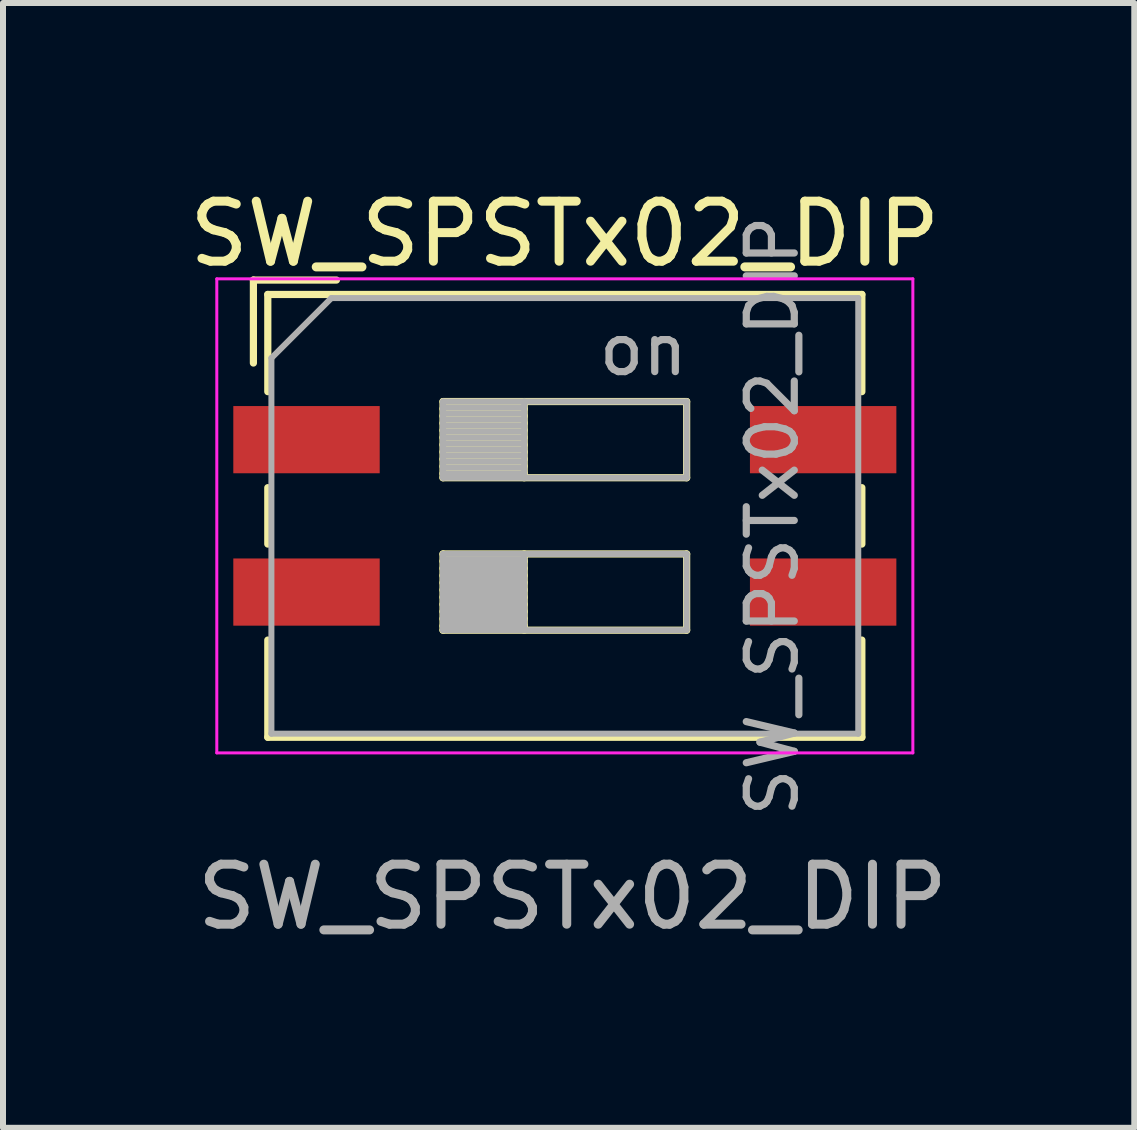
<source format=kicad_pcb>
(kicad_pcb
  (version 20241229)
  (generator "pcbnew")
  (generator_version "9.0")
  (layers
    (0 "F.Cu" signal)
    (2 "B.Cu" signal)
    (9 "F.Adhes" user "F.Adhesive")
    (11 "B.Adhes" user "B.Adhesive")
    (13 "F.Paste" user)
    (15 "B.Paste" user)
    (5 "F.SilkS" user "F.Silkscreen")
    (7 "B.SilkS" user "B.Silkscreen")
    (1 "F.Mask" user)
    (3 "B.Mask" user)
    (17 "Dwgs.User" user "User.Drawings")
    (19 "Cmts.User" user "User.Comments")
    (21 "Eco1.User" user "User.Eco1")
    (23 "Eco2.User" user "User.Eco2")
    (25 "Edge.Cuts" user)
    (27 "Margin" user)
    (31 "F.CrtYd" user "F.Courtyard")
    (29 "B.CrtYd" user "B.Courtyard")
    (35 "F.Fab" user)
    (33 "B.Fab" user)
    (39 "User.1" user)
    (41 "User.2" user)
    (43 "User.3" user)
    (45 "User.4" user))
  (footprint "SW_SPSTx02_DIP"
    (layer "F.Cu")
    (at 6.363 5.547)
    (property "Reference" "SW_SPSTx02_DIP" (at 0 -4.699 0) (unlocked yes) (layer "F.SilkS") (effects (font (size 1 1) (thickness 0.15))))
    (fp_line (start -5.19 -3.93) (end -5.19 -2.547) (stroke (width 0.12) (type solid)) (layer "F.SilkS"))
    (fp_line (start -5.19 -3.93) (end -3.806 -3.93) (stroke (width 0.12) (type solid)) (layer "F.SilkS"))
    (fp_line (start -4.95 -3.69) (end -4.95 -2.07) (stroke (width 0.12) (type solid)) (layer "F.SilkS"))
    (fp_line (start -4.95 -3.69) (end 4.95 -3.69) (stroke (width 0.12) (type solid)) (layer "F.SilkS"))
    (fp_line (start -4.95 -0.47) (end -4.95 0.47) (stroke (width 0.12) (type solid)) (layer "F.SilkS"))
    (fp_line (start -4.95 2.07) (end -4.95 3.69) (stroke (width 0.12) (type solid)) (layer "F.SilkS"))
    (fp_line (start -4.95 3.69) (end 4.95 3.69) (stroke (width 0.12) (type solid)) (layer "F.SilkS"))
    (fp_line (start -2.03 -1.905) (end -2.03 -0.635) (stroke (width 0.12) (type solid)) (layer "F.SilkS"))
    (fp_line (start -2.03 -1.785) (end -0.677 -1.785) (stroke (width 0.12) (type solid)) (layer "F.SilkS"))
    (fp_line (start -2.03 -1.665) (end -0.677 -1.665) (stroke (width 0.12) (type solid)) (layer "F.SilkS"))
    (fp_line (start -2.03 -1.545) (end -0.677 -1.545) (stroke (width 0.12) (type solid)) (layer "F.SilkS"))
    (fp_line (start -2.03 -1.425) (end -0.677 -1.425) (stroke (width 0.12) (type solid)) (layer "F.SilkS"))
    (fp_line (start -2.03 -1.305) (end -0.677 -1.305) (stroke (width 0.12) (type solid)) (layer "F.SilkS"))
    (fp_line (start -2.03 -1.185) (end -0.677 -1.185) (stroke (width 0.12) (type solid)) (layer "F.SilkS"))
    (fp_line (start -2.03 -1.065) (end -0.677 -1.065) (stroke (width 0.12) (type solid)) (layer "F.SilkS"))
    (fp_line (start -2.03 -0.945) (end -0.677 -0.945) (stroke (width 0.12) (type solid)) (layer "F.SilkS"))
    (fp_line (start -2.03 -0.825) (end -0.677 -0.825) (stroke (width 0.12) (type solid)) (layer "F.SilkS"))
    (fp_line (start -2.03 -0.705) (end -0.677 -0.705) (stroke (width 0.12) (type solid)) (layer "F.SilkS"))
    (fp_line (start -2.03 -0.635) (end 2.03 -0.635) (stroke (width 0.12) (type solid)) (layer "F.SilkS"))
    (fp_line (start -2.03 0.635) (end -2.03 1.905) (stroke (width 0.12) (type solid)) (layer "F.SilkS"))
    (fp_line (start -2.03 0.755) (end -0.677 0.755) (stroke (width 0.12) (type solid)) (layer "F.SilkS"))
    (fp_line (start -2.03 0.875) (end -0.677 0.875) (stroke (width 0.12) (type solid)) (layer "F.SilkS"))
    (fp_line (start -2.03 0.995) (end -0.677 0.995) (stroke (width 0.12) (type solid)) (layer "F.SilkS"))
    (fp_line (start -2.03 1.115) (end -0.677 1.115) (stroke (width 0.12) (type solid)) (layer "F.SilkS"))
    (fp_line (start -2.03 1.235) (end -0.677 1.235) (stroke (width 0.12) (type solid)) (layer "F.SilkS"))
    (fp_line (start -2.03 1.355) (end -0.677 1.355) (stroke (width 0.12) (type solid)) (layer "F.SilkS"))
    (fp_line (start -2.03 1.475) (end -0.677 1.475) (stroke (width 0.12) (type solid)) (layer "F.SilkS"))
    (fp_line (start -2.03 1.595) (end -0.677 1.595) (stroke (width 0.12) (type solid)) (layer "F.SilkS"))
    (fp_line (start -2.03 1.715) (end -0.677 1.715) (stroke (width 0.12) (type solid)) (layer "F.SilkS"))
    (fp_line (start -2.03 1.835) (end -0.677 1.835) (stroke (width 0.12) (type solid)) (layer "F.SilkS"))
    (fp_line (start -2.03 1.905) (end 2.03 1.905) (stroke (width 0.12) (type solid)) (layer "F.SilkS"))
    (fp_line (start -0.677 -1.905) (end -0.677 -0.635) (stroke (width 0.12) (type solid)) (layer "F.SilkS"))
    (fp_line (start -0.677 0.635) (end -0.677 1.905) (stroke (width 0.12) (type solid)) (layer "F.SilkS"))
    (fp_line (start 2.03 -1.905) (end -2.03 -1.905) (stroke (width 0.12) (type solid)) (layer "F.SilkS"))
    (fp_line (start 2.03 -0.635) (end 2.03 -1.905) (stroke (width 0.12) (type solid)) (layer "F.SilkS"))
    (fp_line (start 2.03 0.635) (end -2.03 0.635) (stroke (width 0.12) (type solid)) (layer "F.SilkS"))
    (fp_line (start 2.03 1.905) (end 2.03 0.635) (stroke (width 0.12) (type solid)) (layer "F.SilkS"))
    (fp_line (start 4.95 -3.69) (end 4.95 -2.07) (stroke (width 0.12) (type solid)) (layer "F.SilkS"))
    (fp_line (start 4.95 -0.47) (end 4.95 0.47) (stroke (width 0.12) (type solid)) (layer "F.SilkS"))
    (fp_line (start 4.95 2.07) (end 4.95 3.69) (stroke (width 0.12) (type solid)) (layer "F.SilkS"))
    (fp_line (start -5.8 -3.95) (end -5.8 3.95) (stroke (width 0.05) (type solid)) (layer "F.CrtYd"))
    (fp_line (start -5.8 3.95) (end 5.8 3.95) (stroke (width 0.05) (type solid)) (layer "F.CrtYd"))
    (fp_line (start 5.8 -3.95) (end -5.8 -3.95) (stroke (width 0.05) (type solid)) (layer "F.CrtYd"))
    (fp_line (start 5.8 3.95) (end 5.8 -3.95) (stroke (width 0.05) (type solid)) (layer "F.CrtYd"))
    (fp_line (start -4.89 -2.63) (end -3.89 -3.63) (stroke (width 0.1) (type solid)) (layer "F.Fab"))
    (fp_line (start -4.89 3.63) (end -4.89 -2.63) (stroke (width 0.1) (type solid)) (layer "F.Fab"))
    (fp_line (start -3.89 -3.63) (end 4.89 -3.63) (stroke (width 0.1) (type solid)) (layer "F.Fab"))
    (fp_line (start -2.03 -1.905) (end -2.03 -0.635) (stroke (width 0.1) (type solid)) (layer "F.Fab"))
    (fp_line (start -2.03 -1.805) (end -0.677 -1.805) (stroke (width 0.1) (type solid)) (layer "F.Fab"))
    (fp_line (start -2.03 -1.705) (end -0.677 -1.705) (stroke (width 0.1) (type solid)) (layer "F.Fab"))
    (fp_line (start -2.03 -1.605) (end -0.677 -1.605) (stroke (width 0.1) (type solid)) (layer "F.Fab"))
    (fp_line (start -2.03 -1.505) (end -0.677 -1.505) (stroke (width 0.1) (type solid)) (layer "F.Fab"))
    (fp_line (start -2.03 -1.405) (end -0.677 -1.405) (stroke (width 0.1) (type solid)) (layer "F.Fab"))
    (fp_line (start -2.03 -1.305) (end -0.677 -1.305) (stroke (width 0.1) (type solid)) (layer "F.Fab"))
    (fp_line (start -2.03 -1.205) (end -0.677 -1.205) (stroke (width 0.1) (type solid)) (layer "F.Fab"))
    (fp_line (start -2.03 -1.105) (end -0.677 -1.105) (stroke (width 0.1) (type solid)) (layer "F.Fab"))
    (fp_line (start -2.03 -1.005) (end -0.677 -1.005) (stroke (width 0.1) (type solid)) (layer "F.Fab"))
    (fp_line (start -2.03 -0.905) (end -0.677 -0.905) (stroke (width 0.1) (type solid)) (layer "F.Fab"))
    (fp_line (start -2.03 -0.805) (end -0.677 -0.805) (stroke (width 0.1) (type solid)) (layer "F.Fab"))
    (fp_line (start -2.03 -0.705) (end -0.677 -0.705) (stroke (width 0.1) (type solid)) (layer "F.Fab"))
    (fp_line (start -2.03 -0.635) (end 2.03 -0.635) (stroke (width 0.1) (type solid)) (layer "F.Fab"))
    (fp_line (start -2.03 0.635) (end -2.03 1.905) (stroke (width 0.1) (type solid)) (layer "F.Fab"))
    (fp_line (start -2.03 0.735) (end -0.677 0.735) (stroke (width 0.1) (type solid)) (layer "F.Fab"))
    (fp_line (start -2.03 0.835) (end -0.677 0.835) (stroke (width 0.1) (type solid)) (layer "F.Fab"))
    (fp_line (start -2.03 0.935) (end -0.677 0.935) (stroke (width 0.1) (type solid)) (layer "F.Fab"))
    (fp_line (start -2.03 1.035) (end -0.677 1.035) (stroke (width 0.1) (type solid)) (layer "F.Fab"))
    (fp_line (start -2.03 1.135) (end -0.677 1.135) (stroke (width 0.1) (type solid)) (layer "F.Fab"))
    (fp_line (start -2.03 1.235) (end -0.677 1.235) (stroke (width 0.1) (type solid)) (layer "F.Fab"))
    (fp_line (start -2.03 1.335) (end -0.677 1.335) (stroke (width 0.1) (type solid)) (layer "F.Fab"))
    (fp_line (start -2.03 1.435) (end -0.677 1.435) (stroke (width 0.1) (type solid)) (layer "F.Fab"))
    (fp_line (start -2.03 1.535) (end -0.677 1.535) (stroke (width 0.1) (type solid)) (layer "F.Fab"))
    (fp_line (start -2.03 1.635) (end -0.677 1.635) (stroke (width 0.1) (type solid)) (layer "F.Fab"))
    (fp_line (start -2.03 1.735) (end -0.677 1.735) (stroke (width 0.1) (type solid)) (layer "F.Fab"))
    (fp_line (start -2.03 1.835) (end -0.677 1.835) (stroke (width 0.1) (type solid)) (layer "F.Fab"))
    (fp_line (start -2.03 1.905) (end 2.03 1.905) (stroke (width 0.1) (type solid)) (layer "F.Fab"))
    (fp_line (start -0.677 -1.905) (end -0.677 -0.635) (stroke (width 0.1) (type solid)) (layer "F.Fab"))
    (fp_line (start -0.677 0.635) (end -0.677 1.905) (stroke (width 0.1) (type solid)) (layer "F.Fab"))
    (fp_line (start 2.03 -1.905) (end -2.03 -1.905) (stroke (width 0.1) (type solid)) (layer "F.Fab"))
    (fp_line (start 2.03 -0.635) (end 2.03 -1.905) (stroke (width 0.1) (type solid)) (layer "F.Fab"))
    (fp_line (start 2.03 0.635) (end -2.03 0.635) (stroke (width 0.1) (type solid)) (layer "F.Fab"))
    (fp_line (start 2.03 1.905) (end 2.03 0.635) (stroke (width 0.1) (type solid)) (layer "F.Fab"))
    (fp_line (start 4.89 -3.63) (end 4.89 3.63) (stroke (width 0.1) (type solid)) (layer "F.Fab"))
    (fp_line (start 4.89 3.63) (end -4.89 3.63) (stroke (width 0.1) (type solid)) (layer "F.Fab"))
    (fp_text user "${REFERENCE}" (at 0.127 6.35 0) (unlocked yes) (layer "F.Fab") (effects (font (size 1 1) (thickness 0.15))))
    (fp_text user "on" (at 1.308 -2.768 0) (layer "F.Fab") (effects (font (size 0.8 0.8) (thickness 0.12))))
    (fp_text user "${REFERENCE}" (at 3.46 0 90) (layer "F.Fab") (effects (font (size 0.8 0.8) (thickness 0.12))))
    (pad "1" smd rect (at -4.305 -1.27) (size 2.44 1.12) (layers "F.Cu" "F.Mask" "F.Paste"))
    (pad "2" smd rect (at -4.305 1.27) (size 2.44 1.12) (layers "F.Cu" "F.Mask" "F.Paste"))
    (pad "3" smd rect (at 4.305 1.27) (size 2.44 1.12) (layers "F.Cu" "F.Mask" "F.Paste"))
    (pad "4" smd rect (at 4.305 -1.27) (size 2.44 1.12) (layers "F.Cu" "F.Mask" "F.Paste")))
  (gr_rect
    (start -3 -3)
    (end 15.853 15.745)
    (stroke (width 0.1) (type default))
    (fill no)
    (layer "Edge.Cuts")))
</source>
